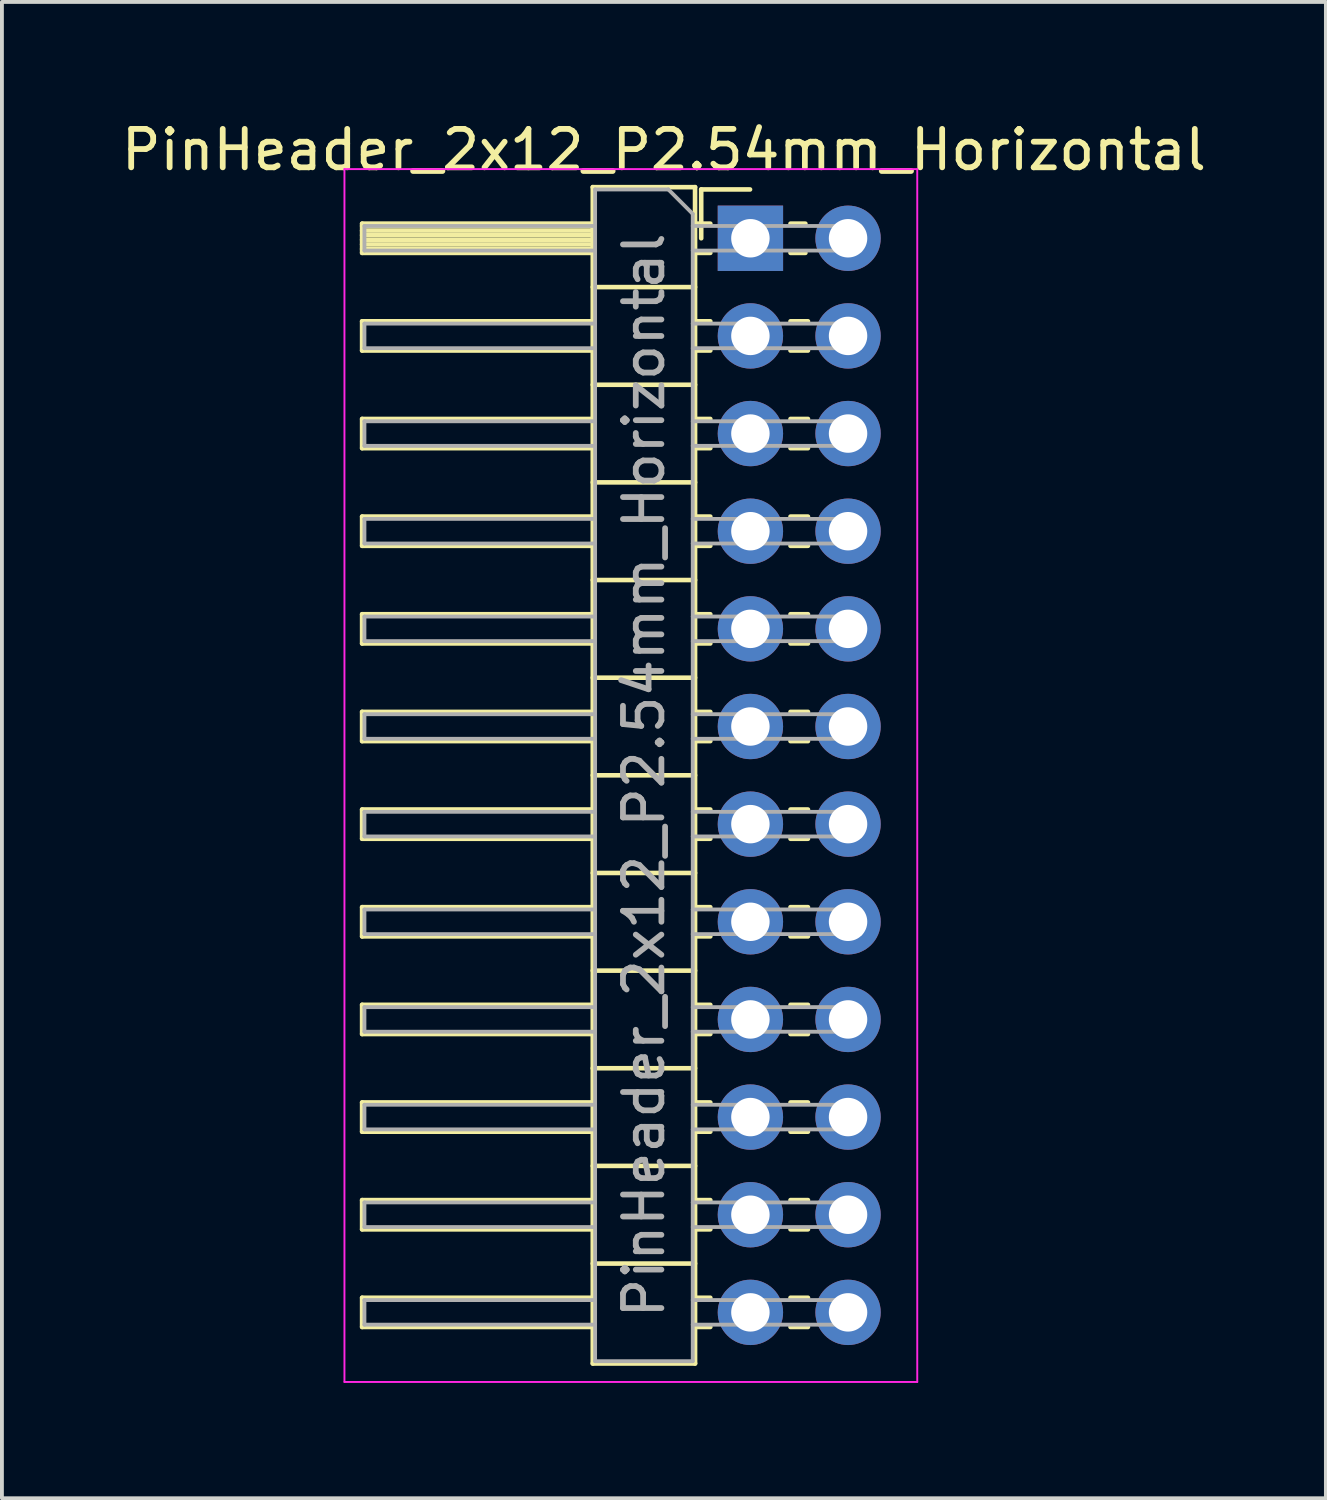
<source format=kicad_pcb>
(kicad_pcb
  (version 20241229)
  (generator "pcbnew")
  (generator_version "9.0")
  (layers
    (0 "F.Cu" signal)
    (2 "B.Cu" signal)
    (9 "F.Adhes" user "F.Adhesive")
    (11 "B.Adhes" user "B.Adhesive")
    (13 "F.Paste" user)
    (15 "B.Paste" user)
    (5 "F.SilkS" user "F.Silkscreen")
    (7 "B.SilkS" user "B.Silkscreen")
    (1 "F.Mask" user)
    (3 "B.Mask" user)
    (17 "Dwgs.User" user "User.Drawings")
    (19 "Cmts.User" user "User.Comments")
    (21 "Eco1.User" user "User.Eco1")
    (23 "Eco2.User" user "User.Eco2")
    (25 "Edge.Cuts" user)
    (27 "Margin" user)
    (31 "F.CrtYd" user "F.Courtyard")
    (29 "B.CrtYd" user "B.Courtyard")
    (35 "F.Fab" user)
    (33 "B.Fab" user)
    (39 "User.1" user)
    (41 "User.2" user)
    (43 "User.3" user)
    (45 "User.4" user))
  (footprint "PinHeader_2x12_P2.54mm_Horizontal"
    (layer "F.Cu")
    (at 16.47 3.148)
    (property "Reference" "PinHeader_2x12_P2.54mm_Horizontal" (at -2.25 -2.3 0) (layer "F.SilkS") (effects (font (size 1 1) (thickness 0.15))))
    (attr through_hole)
    (fp_line (start -10.1 -0.38) (end -10.1 0.38) (stroke (width 0.12) (type solid)) (layer "F.SilkS"))
    (fp_line (start -10.1 0.38) (end -4.1 0.38) (stroke (width 0.12) (type solid)) (layer "F.SilkS"))
    (fp_line (start -10.1 2.16) (end -10.1 2.92) (stroke (width 0.12) (type solid)) (layer "F.SilkS"))
    (fp_line (start -10.1 2.92) (end -4.1 2.92) (stroke (width 0.12) (type solid)) (layer "F.SilkS"))
    (fp_line (start -10.1 4.7) (end -10.1 5.46) (stroke (width 0.12) (type solid)) (layer "F.SilkS"))
    (fp_line (start -10.1 5.46) (end -4.1 5.46) (stroke (width 0.12) (type solid)) (layer "F.SilkS"))
    (fp_line (start -10.1 7.24) (end -10.1 8) (stroke (width 0.12) (type solid)) (layer "F.SilkS"))
    (fp_line (start -10.1 8) (end -4.1 8) (stroke (width 0.12) (type solid)) (layer "F.SilkS"))
    (fp_line (start -10.1 9.78) (end -10.1 10.54) (stroke (width 0.12) (type solid)) (layer "F.SilkS"))
    (fp_line (start -10.1 10.54) (end -4.1 10.54) (stroke (width 0.12) (type solid)) (layer "F.SilkS"))
    (fp_line (start -10.1 12.32) (end -10.1 13.08) (stroke (width 0.12) (type solid)) (layer "F.SilkS"))
    (fp_line (start -10.1 13.08) (end -4.1 13.08) (stroke (width 0.12) (type solid)) (layer "F.SilkS"))
    (fp_line (start -10.1 14.86) (end -10.1 15.62) (stroke (width 0.12) (type solid)) (layer "F.SilkS"))
    (fp_line (start -10.1 15.62) (end -4.1 15.62) (stroke (width 0.12) (type solid)) (layer "F.SilkS"))
    (fp_line (start -10.1 17.4) (end -10.1 18.16) (stroke (width 0.12) (type solid)) (layer "F.SilkS"))
    (fp_line (start -10.1 18.16) (end -4.1 18.16) (stroke (width 0.12) (type solid)) (layer "F.SilkS"))
    (fp_line (start -10.1 19.94) (end -10.1 20.7) (stroke (width 0.12) (type solid)) (layer "F.SilkS"))
    (fp_line (start -10.1 20.7) (end -4.1 20.7) (stroke (width 0.12) (type solid)) (layer "F.SilkS"))
    (fp_line (start -10.1 22.48) (end -10.1 23.24) (stroke (width 0.12) (type solid)) (layer "F.SilkS"))
    (fp_line (start -10.1 23.24) (end -4.1 23.24) (stroke (width 0.12) (type solid)) (layer "F.SilkS"))
    (fp_line (start -10.1 25.02) (end -10.1 25.78) (stroke (width 0.12) (type solid)) (layer "F.SilkS"))
    (fp_line (start -10.1 25.78) (end -4.1 25.78) (stroke (width 0.12) (type solid)) (layer "F.SilkS"))
    (fp_line (start -10.1 27.56) (end -10.1 28.32) (stroke (width 0.12) (type solid)) (layer "F.SilkS"))
    (fp_line (start -10.1 28.32) (end -4.1 28.32) (stroke (width 0.12) (type solid)) (layer "F.SilkS"))
    (fp_line (start -4.1 -1.33) (end -1.44 -1.33) (stroke (width 0.12) (type solid)) (layer "F.SilkS"))
    (fp_line (start -4.1 -0.38) (end -10.1 -0.38) (stroke (width 0.12) (type solid)) (layer "F.SilkS"))
    (fp_line (start -4.1 -0.32) (end -10.1 -0.32) (stroke (width 0.12) (type solid)) (layer "F.SilkS"))
    (fp_line (start -4.1 -0.2) (end -10.1 -0.2) (stroke (width 0.12) (type solid)) (layer "F.SilkS"))
    (fp_line (start -4.1 -0.08) (end -10.1 -0.08) (stroke (width 0.12) (type solid)) (layer "F.SilkS"))
    (fp_line (start -4.1 0.04) (end -10.1 0.04) (stroke (width 0.12) (type solid)) (layer "F.SilkS"))
    (fp_line (start -4.1 0.16) (end -10.1 0.16) (stroke (width 0.12) (type solid)) (layer "F.SilkS"))
    (fp_line (start -4.1 0.28) (end -10.1 0.28) (stroke (width 0.12) (type solid)) (layer "F.SilkS"))
    (fp_line (start -4.1 2.16) (end -10.1 2.16) (stroke (width 0.12) (type solid)) (layer "F.SilkS"))
    (fp_line (start -4.1 4.7) (end -10.1 4.7) (stroke (width 0.12) (type solid)) (layer "F.SilkS"))
    (fp_line (start -4.1 7.24) (end -10.1 7.24) (stroke (width 0.12) (type solid)) (layer "F.SilkS"))
    (fp_line (start -4.1 9.78) (end -10.1 9.78) (stroke (width 0.12) (type solid)) (layer "F.SilkS"))
    (fp_line (start -4.1 12.32) (end -10.1 12.32) (stroke (width 0.12) (type solid)) (layer "F.SilkS"))
    (fp_line (start -4.1 14.86) (end -10.1 14.86) (stroke (width 0.12) (type solid)) (layer "F.SilkS"))
    (fp_line (start -4.1 17.4) (end -10.1 17.4) (stroke (width 0.12) (type solid)) (layer "F.SilkS"))
    (fp_line (start -4.1 19.94) (end -10.1 19.94) (stroke (width 0.12) (type solid)) (layer "F.SilkS"))
    (fp_line (start -4.1 22.48) (end -10.1 22.48) (stroke (width 0.12) (type solid)) (layer "F.SilkS"))
    (fp_line (start -4.1 25.02) (end -10.1 25.02) (stroke (width 0.12) (type solid)) (layer "F.SilkS"))
    (fp_line (start -4.1 27.56) (end -10.1 27.56) (stroke (width 0.12) (type solid)) (layer "F.SilkS"))
    (fp_line (start -4.1 29.27) (end -4.1 -1.33) (stroke (width 0.12) (type solid)) (layer "F.SilkS"))
    (fp_line (start -1.44 -1.33) (end -1.44 29.27) (stroke (width 0.12) (type solid)) (layer "F.SilkS"))
    (fp_line (start -1.44 1.27) (end -4.1 1.27) (stroke (width 0.12) (type solid)) (layer "F.SilkS"))
    (fp_line (start -1.44 3.81) (end -4.1 3.81) (stroke (width 0.12) (type solid)) (layer "F.SilkS"))
    (fp_line (start -1.44 6.35) (end -4.1 6.35) (stroke (width 0.12) (type solid)) (layer "F.SilkS"))
    (fp_line (start -1.44 8.89) (end -4.1 8.89) (stroke (width 0.12) (type solid)) (layer "F.SilkS"))
    (fp_line (start -1.44 11.43) (end -4.1 11.43) (stroke (width 0.12) (type solid)) (layer "F.SilkS"))
    (fp_line (start -1.44 13.97) (end -4.1 13.97) (stroke (width 0.12) (type solid)) (layer "F.SilkS"))
    (fp_line (start -1.44 16.51) (end -4.1 16.51) (stroke (width 0.12) (type solid)) (layer "F.SilkS"))
    (fp_line (start -1.44 19.05) (end -4.1 19.05) (stroke (width 0.12) (type solid)) (layer "F.SilkS"))
    (fp_line (start -1.44 21.59) (end -4.1 21.59) (stroke (width 0.12) (type solid)) (layer "F.SilkS"))
    (fp_line (start -1.44 24.13) (end -4.1 24.13) (stroke (width 0.12) (type solid)) (layer "F.SilkS"))
    (fp_line (start -1.44 26.67) (end -4.1 26.67) (stroke (width 0.12) (type solid)) (layer "F.SilkS"))
    (fp_line (start -1.44 29.27) (end -4.1 29.27) (stroke (width 0.12) (type solid)) (layer "F.SilkS"))
    (fp_line (start -1.28 -1.27) (end -0.01 -1.27) (stroke (width 0.12) (type solid)) (layer "F.SilkS"))
    (fp_line (start -1.28 0) (end -1.28 -1.27) (stroke (width 0.12) (type solid)) (layer "F.SilkS"))
    (fp_line (start -1.043 -0.38) (end -1.44 -0.38) (stroke (width 0.12) (type solid)) (layer "F.SilkS"))
    (fp_line (start -1.043 0.38) (end -1.44 0.38) (stroke (width 0.12) (type solid)) (layer "F.SilkS"))
    (fp_line (start -1.043 2.16) (end -1.44 2.16) (stroke (width 0.12) (type solid)) (layer "F.SilkS"))
    (fp_line (start -1.043 2.92) (end -1.44 2.92) (stroke (width 0.12) (type solid)) (layer "F.SilkS"))
    (fp_line (start -1.043 4.7) (end -1.44 4.7) (stroke (width 0.12) (type solid)) (layer "F.SilkS"))
    (fp_line (start -1.043 5.46) (end -1.44 5.46) (stroke (width 0.12) (type solid)) (layer "F.SilkS"))
    (fp_line (start -1.043 7.24) (end -1.44 7.24) (stroke (width 0.12) (type solid)) (layer "F.SilkS"))
    (fp_line (start -1.043 8) (end -1.44 8) (stroke (width 0.12) (type solid)) (layer "F.SilkS"))
    (fp_line (start -1.043 9.78) (end -1.44 9.78) (stroke (width 0.12) (type solid)) (layer "F.SilkS"))
    (fp_line (start -1.043 10.54) (end -1.44 10.54) (stroke (width 0.12) (type solid)) (layer "F.SilkS"))
    (fp_line (start -1.043 12.32) (end -1.44 12.32) (stroke (width 0.12) (type solid)) (layer "F.SilkS"))
    (fp_line (start -1.043 13.08) (end -1.44 13.08) (stroke (width 0.12) (type solid)) (layer "F.SilkS"))
    (fp_line (start -1.043 14.86) (end -1.44 14.86) (stroke (width 0.12) (type solid)) (layer "F.SilkS"))
    (fp_line (start -1.043 15.62) (end -1.44 15.62) (stroke (width 0.12) (type solid)) (layer "F.SilkS"))
    (fp_line (start -1.043 17.4) (end -1.44 17.4) (stroke (width 0.12) (type solid)) (layer "F.SilkS"))
    (fp_line (start -1.043 18.16) (end -1.44 18.16) (stroke (width 0.12) (type solid)) (layer "F.SilkS"))
    (fp_line (start -1.043 19.94) (end -1.44 19.94) (stroke (width 0.12) (type solid)) (layer "F.SilkS"))
    (fp_line (start -1.043 20.7) (end -1.44 20.7) (stroke (width 0.12) (type solid)) (layer "F.SilkS"))
    (fp_line (start -1.043 22.48) (end -1.44 22.48) (stroke (width 0.12) (type solid)) (layer "F.SilkS"))
    (fp_line (start -1.043 23.24) (end -1.44 23.24) (stroke (width 0.12) (type solid)) (layer "F.SilkS"))
    (fp_line (start -1.043 25.02) (end -1.44 25.02) (stroke (width 0.12) (type solid)) (layer "F.SilkS"))
    (fp_line (start -1.043 25.78) (end -1.44 25.78) (stroke (width 0.12) (type solid)) (layer "F.SilkS"))
    (fp_line (start -1.043 27.56) (end -1.44 27.56) (stroke (width 0.12) (type solid)) (layer "F.SilkS"))
    (fp_line (start -1.043 28.32) (end -1.44 28.32) (stroke (width 0.12) (type solid)) (layer "F.SilkS"))
    (fp_line (start 1.43 -0.38) (end 1.043 -0.38) (stroke (width 0.12) (type solid)) (layer "F.SilkS"))
    (fp_line (start 1.43 0.38) (end 1.043 0.38) (stroke (width 0.12) (type solid)) (layer "F.SilkS"))
    (fp_line (start 1.497 2.16) (end 1.043 2.16) (stroke (width 0.12) (type solid)) (layer "F.SilkS"))
    (fp_line (start 1.497 2.92) (end 1.043 2.92) (stroke (width 0.12) (type solid)) (layer "F.SilkS"))
    (fp_line (start 1.497 4.7) (end 1.043 4.7) (stroke (width 0.12) (type solid)) (layer "F.SilkS"))
    (fp_line (start 1.497 5.46) (end 1.043 5.46) (stroke (width 0.12) (type solid)) (layer "F.SilkS"))
    (fp_line (start 1.497 7.24) (end 1.043 7.24) (stroke (width 0.12) (type solid)) (layer "F.SilkS"))
    (fp_line (start 1.497 8) (end 1.043 8) (stroke (width 0.12) (type solid)) (layer "F.SilkS"))
    (fp_line (start 1.497 9.78) (end 1.043 9.78) (stroke (width 0.12) (type solid)) (layer "F.SilkS"))
    (fp_line (start 1.497 10.54) (end 1.043 10.54) (stroke (width 0.12) (type solid)) (layer "F.SilkS"))
    (fp_line (start 1.497 12.32) (end 1.043 12.32) (stroke (width 0.12) (type solid)) (layer "F.SilkS"))
    (fp_line (start 1.497 13.08) (end 1.043 13.08) (stroke (width 0.12) (type solid)) (layer "F.SilkS"))
    (fp_line (start 1.497 14.86) (end 1.043 14.86) (stroke (width 0.12) (type solid)) (layer "F.SilkS"))
    (fp_line (start 1.497 15.62) (end 1.043 15.62) (stroke (width 0.12) (type solid)) (layer "F.SilkS"))
    (fp_line (start 1.497 17.4) (end 1.043 17.4) (stroke (width 0.12) (type solid)) (layer "F.SilkS"))
    (fp_line (start 1.497 18.16) (end 1.043 18.16) (stroke (width 0.12) (type solid)) (layer "F.SilkS"))
    (fp_line (start 1.497 19.94) (end 1.043 19.94) (stroke (width 0.12) (type solid)) (layer "F.SilkS"))
    (fp_line (start 1.497 20.7) (end 1.043 20.7) (stroke (width 0.12) (type solid)) (layer "F.SilkS"))
    (fp_line (start 1.497 22.48) (end 1.043 22.48) (stroke (width 0.12) (type solid)) (layer "F.SilkS"))
    (fp_line (start 1.497 23.24) (end 1.043 23.24) (stroke (width 0.12) (type solid)) (layer "F.SilkS"))
    (fp_line (start 1.497 25.02) (end 1.043 25.02) (stroke (width 0.12) (type solid)) (layer "F.SilkS"))
    (fp_line (start 1.497 25.78) (end 1.043 25.78) (stroke (width 0.12) (type solid)) (layer "F.SilkS"))
    (fp_line (start 1.497 27.56) (end 1.043 27.56) (stroke (width 0.12) (type solid)) (layer "F.SilkS"))
    (fp_line (start 1.497 28.32) (end 1.043 28.32) (stroke (width 0.12) (type solid)) (layer "F.SilkS"))
    (fp_line (start -10.56 -1.8) (end -10.56 29.75) (stroke (width 0.05) (type solid)) (layer "F.CrtYd"))
    (fp_line (start -10.56 29.75) (end 4.34 29.75) (stroke (width 0.05) (type solid)) (layer "F.CrtYd"))
    (fp_line (start 4.34 -1.8) (end -10.56 -1.8) (stroke (width 0.05) (type solid)) (layer "F.CrtYd"))
    (fp_line (start 4.34 29.75) (end 4.34 -1.8) (stroke (width 0.05) (type solid)) (layer "F.CrtYd"))
    (fp_line (start -10.04 -0.32) (end -10.04 0.32) (stroke (width 0.1) (type solid)) (layer "F.Fab"))
    (fp_line (start -10.04 2.22) (end -10.04 2.86) (stroke (width 0.1) (type solid)) (layer "F.Fab"))
    (fp_line (start -10.04 4.76) (end -10.04 5.4) (stroke (width 0.1) (type solid)) (layer "F.Fab"))
    (fp_line (start -10.04 7.3) (end -10.04 7.94) (stroke (width 0.1) (type solid)) (layer "F.Fab"))
    (fp_line (start -10.04 9.84) (end -10.04 10.48) (stroke (width 0.1) (type solid)) (layer "F.Fab"))
    (fp_line (start -10.04 12.38) (end -10.04 13.02) (stroke (width 0.1) (type solid)) (layer "F.Fab"))
    (fp_line (start -10.04 14.92) (end -10.04 15.56) (stroke (width 0.1) (type solid)) (layer "F.Fab"))
    (fp_line (start -10.04 17.46) (end -10.04 18.1) (stroke (width 0.1) (type solid)) (layer "F.Fab"))
    (fp_line (start -10.04 20) (end -10.04 20.64) (stroke (width 0.1) (type solid)) (layer "F.Fab"))
    (fp_line (start -10.04 22.54) (end -10.04 23.18) (stroke (width 0.1) (type solid)) (layer "F.Fab"))
    (fp_line (start -10.04 25.08) (end -10.04 25.72) (stroke (width 0.1) (type solid)) (layer "F.Fab"))
    (fp_line (start -10.04 27.62) (end -10.04 28.26) (stroke (width 0.1) (type solid)) (layer "F.Fab"))
    (fp_line (start -4.04 -1.27) (end -4.04 29.21) (stroke (width 0.1) (type solid)) (layer "F.Fab"))
    (fp_line (start -4.04 -0.32) (end -10.04 -0.32) (stroke (width 0.1) (type solid)) (layer "F.Fab"))
    (fp_line (start -4.04 0.32) (end -10.04 0.32) (stroke (width 0.1) (type solid)) (layer "F.Fab"))
    (fp_line (start -4.04 2.22) (end -10.04 2.22) (stroke (width 0.1) (type solid)) (layer "F.Fab"))
    (fp_line (start -4.04 2.86) (end -10.04 2.86) (stroke (width 0.1) (type solid)) (layer "F.Fab"))
    (fp_line (start -4.04 4.76) (end -10.04 4.76) (stroke (width 0.1) (type solid)) (layer "F.Fab"))
    (fp_line (start -4.04 5.4) (end -10.04 5.4) (stroke (width 0.1) (type solid)) (layer "F.Fab"))
    (fp_line (start -4.04 7.3) (end -10.04 7.3) (stroke (width 0.1) (type solid)) (layer "F.Fab"))
    (fp_line (start -4.04 7.94) (end -10.04 7.94) (stroke (width 0.1) (type solid)) (layer "F.Fab"))
    (fp_line (start -4.04 9.84) (end -10.04 9.84) (stroke (width 0.1) (type solid)) (layer "F.Fab"))
    (fp_line (start -4.04 10.48) (end -10.04 10.48) (stroke (width 0.1) (type solid)) (layer "F.Fab"))
    (fp_line (start -4.04 12.38) (end -10.04 12.38) (stroke (width 0.1) (type solid)) (layer "F.Fab"))
    (fp_line (start -4.04 13.02) (end -10.04 13.02) (stroke (width 0.1) (type solid)) (layer "F.Fab"))
    (fp_line (start -4.04 14.92) (end -10.04 14.92) (stroke (width 0.1) (type solid)) (layer "F.Fab"))
    (fp_line (start -4.04 15.56) (end -10.04 15.56) (stroke (width 0.1) (type solid)) (layer "F.Fab"))
    (fp_line (start -4.04 17.46) (end -10.04 17.46) (stroke (width 0.1) (type solid)) (layer "F.Fab"))
    (fp_line (start -4.04 18.1) (end -10.04 18.1) (stroke (width 0.1) (type solid)) (layer "F.Fab"))
    (fp_line (start -4.04 20) (end -10.04 20) (stroke (width 0.1) (type solid)) (layer "F.Fab"))
    (fp_line (start -4.04 20.64) (end -10.04 20.64) (stroke (width 0.1) (type solid)) (layer "F.Fab"))
    (fp_line (start -4.04 22.54) (end -10.04 22.54) (stroke (width 0.1) (type solid)) (layer "F.Fab"))
    (fp_line (start -4.04 23.18) (end -10.04 23.18) (stroke (width 0.1) (type solid)) (layer "F.Fab"))
    (fp_line (start -4.04 25.08) (end -10.04 25.08) (stroke (width 0.1) (type solid)) (layer "F.Fab"))
    (fp_line (start -4.04 25.72) (end -10.04 25.72) (stroke (width 0.1) (type solid)) (layer "F.Fab"))
    (fp_line (start -4.04 27.62) (end -10.04 27.62) (stroke (width 0.1) (type solid)) (layer "F.Fab"))
    (fp_line (start -4.04 28.26) (end -10.04 28.26) (stroke (width 0.1) (type solid)) (layer "F.Fab"))
    (fp_line (start -4.04 29.21) (end -1.5 29.21) (stroke (width 0.1) (type solid)) (layer "F.Fab"))
    (fp_line (start -2.135 -1.27) (end -4.04 -1.27) (stroke (width 0.1) (type solid)) (layer "F.Fab"))
    (fp_line (start -1.5 -0.635) (end -2.135 -1.27) (stroke (width 0.1) (type solid)) (layer "F.Fab"))
    (fp_line (start -1.5 29.21) (end -1.5 -0.635) (stroke (width 0.1) (type solid)) (layer "F.Fab"))
    (fp_line (start -0.33 -0.32) (end -0.33 0.32) (stroke (width 0.1) (type solid)) (layer "F.Fab"))
    (fp_line (start -0.33 2.22) (end -0.33 2.86) (stroke (width 0.1) (type solid)) (layer "F.Fab"))
    (fp_line (start -0.33 4.76) (end -0.33 5.4) (stroke (width 0.1) (type solid)) (layer "F.Fab"))
    (fp_line (start -0.33 7.3) (end -0.33 7.94) (stroke (width 0.1) (type solid)) (layer "F.Fab"))
    (fp_line (start -0.33 9.84) (end -0.33 10.48) (stroke (width 0.1) (type solid)) (layer "F.Fab"))
    (fp_line (start -0.33 12.38) (end -0.33 13.02) (stroke (width 0.1) (type solid)) (layer "F.Fab"))
    (fp_line (start -0.33 14.92) (end -0.33 15.56) (stroke (width 0.1) (type solid)) (layer "F.Fab"))
    (fp_line (start -0.33 17.46) (end -0.33 18.1) (stroke (width 0.1) (type solid)) (layer "F.Fab"))
    (fp_line (start -0.33 20) (end -0.33 20.64) (stroke (width 0.1) (type solid)) (layer "F.Fab"))
    (fp_line (start -0.33 22.54) (end -0.33 23.18) (stroke (width 0.1) (type solid)) (layer "F.Fab"))
    (fp_line (start -0.33 25.08) (end -0.33 25.72) (stroke (width 0.1) (type solid)) (layer "F.Fab"))
    (fp_line (start -0.33 27.62) (end -0.33 28.26) (stroke (width 0.1) (type solid)) (layer "F.Fab"))
    (fp_line (start 2.86 -0.32) (end -1.5 -0.32) (stroke (width 0.1) (type solid)) (layer "F.Fab"))
    (fp_line (start 2.86 0.32) (end -1.5 0.32) (stroke (width 0.1) (type solid)) (layer "F.Fab"))
    (fp_line (start 2.86 2.22) (end -1.5 2.22) (stroke (width 0.1) (type solid)) (layer "F.Fab"))
    (fp_line (start 2.86 2.86) (end -1.5 2.86) (stroke (width 0.1) (type solid)) (layer "F.Fab"))
    (fp_line (start 2.86 4.76) (end -1.5 4.76) (stroke (width 0.1) (type solid)) (layer "F.Fab"))
    (fp_line (start 2.86 5.4) (end -1.5 5.4) (stroke (width 0.1) (type solid)) (layer "F.Fab"))
    (fp_line (start 2.86 7.3) (end -1.5 7.3) (stroke (width 0.1) (type solid)) (layer "F.Fab"))
    (fp_line (start 2.86 7.94) (end -1.5 7.94) (stroke (width 0.1) (type solid)) (layer "F.Fab"))
    (fp_line (start 2.86 9.84) (end -1.5 9.84) (stroke (width 0.1) (type solid)) (layer "F.Fab"))
    (fp_line (start 2.86 10.48) (end -1.5 10.48) (stroke (width 0.1) (type solid)) (layer "F.Fab"))
    (fp_line (start 2.86 12.38) (end -1.5 12.38) (stroke (width 0.1) (type solid)) (layer "F.Fab"))
    (fp_line (start 2.86 13.02) (end -1.5 13.02) (stroke (width 0.1) (type solid)) (layer "F.Fab"))
    (fp_line (start 2.86 14.92) (end -1.5 14.92) (stroke (width 0.1) (type solid)) (layer "F.Fab"))
    (fp_line (start 2.86 15.56) (end -1.5 15.56) (stroke (width 0.1) (type solid)) (layer "F.Fab"))
    (fp_line (start 2.86 17.46) (end -1.5 17.46) (stroke (width 0.1) (type solid)) (layer "F.Fab"))
    (fp_line (start 2.86 18.1) (end -1.5 18.1) (stroke (width 0.1) (type solid)) (layer "F.Fab"))
    (fp_line (start 2.86 20) (end -1.5 20) (stroke (width 0.1) (type solid)) (layer "F.Fab"))
    (fp_line (start 2.86 20.64) (end -1.5 20.64) (stroke (width 0.1) (type solid)) (layer "F.Fab"))
    (fp_line (start 2.86 22.54) (end -1.5 22.54) (stroke (width 0.1) (type solid)) (layer "F.Fab"))
    (fp_line (start 2.86 23.18) (end -1.5 23.18) (stroke (width 0.1) (type solid)) (layer "F.Fab"))
    (fp_line (start 2.86 25.08) (end -1.5 25.08) (stroke (width 0.1) (type solid)) (layer "F.Fab"))
    (fp_line (start 2.86 25.72) (end -1.5 25.72) (stroke (width 0.1) (type solid)) (layer "F.Fab"))
    (fp_line (start 2.86 27.62) (end -1.5 27.62) (stroke (width 0.1) (type solid)) (layer "F.Fab"))
    (fp_line (start 2.86 28.26) (end -1.5 28.26) (stroke (width 0.1) (type solid)) (layer "F.Fab"))
    (fp_text user "${REFERENCE}" (at -2.77 13.97 90) (layer "F.Fab") (effects (font (size 1 1) (thickness 0.15))))
    (pad "1" thru_hole rect (at 0 0) (size 1.7 1.7) (drill 1) (layers "*.Cu" "*.Mask"))
    (pad "2" thru_hole oval (at 2.54 0) (size 1.7 1.7) (drill 1) (layers "*.Cu" "*.Mask"))
    (pad "3" thru_hole oval (at 0 2.54) (size 1.7 1.7) (drill 1) (layers "*.Cu" "*.Mask"))
    (pad "4" thru_hole oval (at 2.54 2.54) (size 1.7 1.7) (drill 1) (layers "*.Cu" "*.Mask"))
    (pad "5" thru_hole oval (at 0 5.08) (size 1.7 1.7) (drill 1) (layers "*.Cu" "*.Mask"))
    (pad "6" thru_hole oval (at 2.54 5.08) (size 1.7 1.7) (drill 1) (layers "*.Cu" "*.Mask"))
    (pad "7" thru_hole oval (at 0 7.62) (size 1.7 1.7) (drill 1) (layers "*.Cu" "*.Mask"))
    (pad "8" thru_hole oval (at 2.54 7.62) (size 1.7 1.7) (drill 1) (layers "*.Cu" "*.Mask"))
    (pad "9" thru_hole oval (at 0 10.16) (size 1.7 1.7) (drill 1) (layers "*.Cu" "*.Mask"))
    (pad "10" thru_hole oval (at 2.54 10.16) (size 1.7 1.7) (drill 1) (layers "*.Cu" "*.Mask"))
    (pad "11" thru_hole oval (at 0 12.7) (size 1.7 1.7) (drill 1) (layers "*.Cu" "*.Mask"))
    (pad "12" thru_hole oval (at 2.54 12.7) (size 1.7 1.7) (drill 1) (layers "*.Cu" "*.Mask"))
    (pad "13" thru_hole oval (at 0 15.24) (size 1.7 1.7) (drill 1) (layers "*.Cu" "*.Mask"))
    (pad "14" thru_hole oval (at 2.54 15.24) (size 1.7 1.7) (drill 1) (layers "*.Cu" "*.Mask"))
    (pad "15" thru_hole oval (at 0 17.78) (size 1.7 1.7) (drill 1) (layers "*.Cu" "*.Mask"))
    (pad "16" thru_hole oval (at 2.54 17.78) (size 1.7 1.7) (drill 1) (layers "*.Cu" "*.Mask"))
    (pad "17" thru_hole oval (at 0 20.32) (size 1.7 1.7) (drill 1) (layers "*.Cu" "*.Mask"))
    (pad "18" thru_hole oval (at 2.54 20.32) (size 1.7 1.7) (drill 1) (layers "*.Cu" "*.Mask"))
    (pad "19" thru_hole oval (at 0 22.86) (size 1.7 1.7) (drill 1) (layers "*.Cu" "*.Mask"))
    (pad "20" thru_hole oval (at 2.54 22.86) (size 1.7 1.7) (drill 1) (layers "*.Cu" "*.Mask"))
    (pad "21" thru_hole oval (at 0 25.4) (size 1.7 1.7) (drill 1) (layers "*.Cu" "*.Mask"))
    (pad "22" thru_hole oval (at 2.54 25.4) (size 1.7 1.7) (drill 1) (layers "*.Cu" "*.Mask"))
    (pad "23" thru_hole oval (at 0 27.94) (size 1.7 1.7) (drill 1) (layers "*.Cu" "*.Mask"))
    (pad "24" thru_hole oval (at 2.54 27.94) (size 1.7 1.7) (drill 1) (layers "*.Cu" "*.Mask")))
  (gr_rect
    (start -3 -3)
    (end 31.44 35.923)
    (stroke (width 0.1) (type default))
    (fill no)
    (layer "Edge.Cuts")))
</source>
